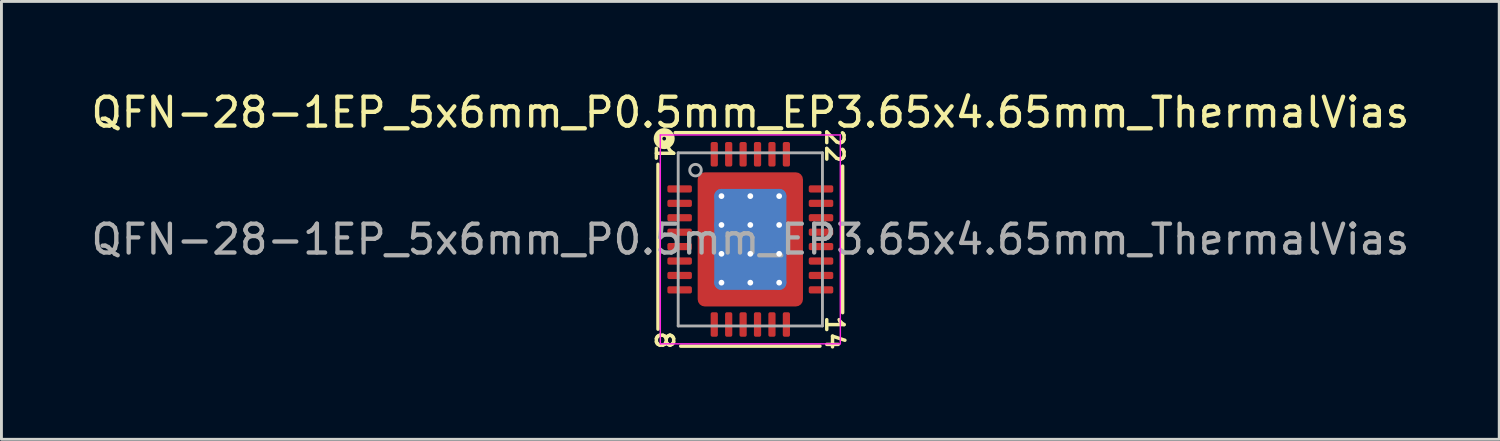
<source format=kicad_pcb>
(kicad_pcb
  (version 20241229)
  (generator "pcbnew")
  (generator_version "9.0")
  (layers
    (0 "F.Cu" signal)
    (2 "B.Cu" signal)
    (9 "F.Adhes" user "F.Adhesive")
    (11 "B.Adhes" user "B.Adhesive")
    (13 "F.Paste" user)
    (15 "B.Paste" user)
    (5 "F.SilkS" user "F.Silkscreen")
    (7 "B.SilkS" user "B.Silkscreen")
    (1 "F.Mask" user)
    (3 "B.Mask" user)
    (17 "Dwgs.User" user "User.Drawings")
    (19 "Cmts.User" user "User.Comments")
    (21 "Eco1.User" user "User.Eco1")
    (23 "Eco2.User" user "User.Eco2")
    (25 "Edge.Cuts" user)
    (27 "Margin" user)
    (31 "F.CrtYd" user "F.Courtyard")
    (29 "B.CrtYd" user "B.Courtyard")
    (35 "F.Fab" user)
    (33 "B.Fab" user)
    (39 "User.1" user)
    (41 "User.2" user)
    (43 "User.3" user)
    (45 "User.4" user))
  (footprint "QFN-28-1EP_5x6mm_P0.5mm_EP3.65x4.65mm_ThermalVias"
    (layer "F.Cu")
    (at 22.958 5.248)
    (property "Reference" "QFN-28-1EP_5x6mm_P0.5mm_EP3.65x4.65mm_ThermalVias" (at 0 -4.4 0) (layer "F.SilkS") (effects (font (size 1 1) (thickness 0.15))))
    (attr smd)
    (fp_line (start -3.2 -2.603) (end -3.2 3.111) (stroke (width 0.12) (type solid)) (layer "F.SilkS"))
    (fp_line (start -2.413 3.7) (end 2.413 3.7) (stroke (width 0.12) (type solid)) (layer "F.SilkS"))
    (fp_line (start 2.413 -3.7) (end -2.603 -3.7) (stroke (width 0.12) (type solid)) (layer "F.SilkS"))
    (fp_line (start 3.2 2.54) (end 3.2 -2.54) (stroke (width 0.12) (type solid)) (layer "F.SilkS"))
    (fp_circle (center -2.985 -3.493) (end -2.921 -3.493) (stroke (width 0.3) (type solid)) (fill no) (layer "F.SilkS"))
    (fp_line (start -3.12 -3.62) (end -3.12 3.62) (stroke (width 0.05) (type solid)) (layer "F.CrtYd"))
    (fp_line (start -3.12 3.62) (end 3.12 3.62) (stroke (width 0.05) (type solid)) (layer "F.CrtYd"))
    (fp_line (start 3.12 -3.62) (end -3.12 -3.62) (stroke (width 0.05) (type solid)) (layer "F.CrtYd"))
    (fp_line (start 3.12 3.62) (end 3.12 -3.62) (stroke (width 0.05) (type solid)) (layer "F.CrtYd"))
    (fp_line (start -2.5 -3) (end 2.5 -3) (stroke (width 0.1) (type solid)) (layer "F.Fab"))
    (fp_line (start -2.5 3) (end -2.5 -3) (stroke (width 0.1) (type solid)) (layer "F.Fab"))
    (fp_line (start 2.5 -3) (end 2.5 3) (stroke (width 0.1) (type solid)) (layer "F.Fab"))
    (fp_line (start 2.5 3) (end -2.5 3) (stroke (width 0.1) (type solid)) (layer "F.Fab"))
    (fp_circle (center -1.9 -2.4) (end -1.7 -2.4) (stroke (width 0.1) (type solid)) (fill no) (layer "F.Fab"))
    (fp_text user "8" (at -2.985 3.493 270) (unlocked yes) (layer "F.SilkS") (effects (font (size 0.6 0.6) (thickness 0.12))))
    (fp_text user "1" (at -2.985 -2.985 270) (unlocked yes) (layer "F.SilkS") (effects (font (size 0.6 0.6) (thickness 0.12))))
    (fp_text user "14" (at 2.921 3.239 270) (unlocked yes) (layer "F.SilkS") (effects (font (size 0.6 0.6) (thickness 0.12))))
    (fp_text user "22" (at 2.921 -3.239 270) (unlocked yes) (layer "F.SilkS") (effects (font (size 0.6 0.6) (thickness 0.12))))
    (fp_text user "${REFERENCE}" (at 0 0 0) (layer "F.Fab") (effects (font (size 1 1) (thickness 0.15))))
    (pad "" smd custom (at -1.413 -1.913) (size 0.578 0.578) (layers "F.Paste") (options (anchor circle)) (primitives (gr_poly (pts (xy 0.246 0.174) (xy 0.174 0.246) (xy -0.246 0.246) (xy -0.246 -0.246) (xy 0.246 -0.246)) (width 0.174) (fill yes))))
    (pad "" smd custom (at -1.413 -1) (size 0.59 0.59) (layers "F.Paste") (options (anchor circle)) (primitives (gr_poly (pts (xy 0.258 -0.266) (xy 0.258 0.266) (xy 0.195 0.328) (xy -0.258 0.328) (xy -0.258 -0.328) (xy 0.195 -0.328)) (width 0.15) (fill yes))))
    (pad "" smd custom (at -1.413 0) (size 0.59 0.59) (layers "F.Paste") (options (anchor circle)) (primitives (gr_poly (pts (xy 0.258 -0.266) (xy 0.258 0.266) (xy 0.195 0.328) (xy -0.258 0.328) (xy -0.258 -0.328) (xy 0.195 -0.328)) (width 0.15) (fill yes))))
    (pad "" smd custom (at -1.413 1) (size 0.59 0.59) (layers "F.Paste") (options (anchor circle)) (primitives (gr_poly (pts (xy 0.258 -0.266) (xy 0.258 0.266) (xy 0.195 0.328) (xy -0.258 0.328) (xy -0.258 -0.328) (xy 0.195 -0.328)) (width 0.15) (fill yes))))
    (pad "" smd custom (at -1.413 1.913) (size 0.578 0.578) (layers "F.Paste") (options (anchor circle)) (primitives (gr_poly (pts (xy 0.246 -0.174) (xy 0.246 0.246) (xy -0.246 0.246) (xy -0.246 -0.246) (xy 0.174 -0.246)) (width 0.174) (fill yes))))
    (pad "" smd custom (at -0.5 -1.913) (size 0.59 0.59) (layers "F.Paste") (options (anchor circle)) (primitives (gr_poly (pts (xy 0.328 0.195) (xy 0.266 0.258) (xy -0.266 0.258) (xy -0.328 0.195) (xy -0.328 -0.258) (xy 0.328 -0.258)) (width 0.15) (fill yes))))
    (pad "" smd roundrect (at -0.5 -1) (size 0.806 0.806) (layers "F.Paste") (roundrect_rratio 0.25))
    (pad "" smd roundrect (at -0.5 0) (size 0.806 0.806) (layers "F.Paste") (roundrect_rratio 0.25))
    (pad "" smd roundrect (at -0.5 1) (size 0.806 0.806) (layers "F.Paste") (roundrect_rratio 0.25))
    (pad "" smd custom (at -0.5 1.913) (size 0.59 0.59) (layers "F.Paste") (options (anchor circle)) (primitives (gr_poly (pts (xy 0.328 -0.195) (xy 0.328 0.258) (xy -0.328 0.258) (xy -0.328 -0.195) (xy -0.266 -0.258) (xy 0.266 -0.258)) (width 0.15) (fill yes))))
    (pad "" smd custom (at 0.5 -1.913) (size 0.59 0.59) (layers "F.Paste") (options (anchor circle)) (primitives (gr_poly (pts (xy 0.328 0.195) (xy 0.266 0.258) (xy -0.266 0.258) (xy -0.328 0.195) (xy -0.328 -0.258) (xy 0.328 -0.258)) (width 0.15) (fill yes))))
    (pad "" smd roundrect (at 0.5 -1) (size 0.806 0.806) (layers "F.Paste") (roundrect_rratio 0.25))
    (pad "" smd roundrect (at 0.5 0) (size 0.806 0.806) (layers "F.Paste") (roundrect_rratio 0.25))
    (pad "" smd roundrect (at 0.5 1) (size 0.806 0.806) (layers "F.Paste") (roundrect_rratio 0.25))
    (pad "" smd custom (at 0.5 1.913) (size 0.59 0.59) (layers "F.Paste") (options (anchor circle)) (primitives (gr_poly (pts (xy 0.328 -0.195) (xy 0.328 0.258) (xy -0.328 0.258) (xy -0.328 -0.195) (xy -0.266 -0.258) (xy 0.266 -0.258)) (width 0.15) (fill yes))))
    (pad "" smd custom (at 1.413 -1.913) (size 0.578 0.578) (layers "F.Paste") (options (anchor circle)) (primitives (gr_poly (pts (xy 0.246 0.246) (xy -0.174 0.246) (xy -0.246 0.174) (xy -0.246 -0.246) (xy 0.246 -0.246)) (width 0.174) (fill yes))))
    (pad "" smd custom (at 1.413 -1) (size 0.59 0.59) (layers "F.Paste") (options (anchor circle)) (primitives (gr_poly (pts (xy 0.258 0.328) (xy -0.195 0.328) (xy -0.258 0.266) (xy -0.258 -0.266) (xy -0.195 -0.328) (xy 0.258 -0.328)) (width 0.15) (fill yes))))
    (pad "" smd custom (at 1.413 0) (size 0.59 0.59) (layers "F.Paste") (options (anchor circle)) (primitives (gr_poly (pts (xy 0.258 0.328) (xy -0.195 0.328) (xy -0.258 0.266) (xy -0.258 -0.266) (xy -0.195 -0.328) (xy 0.258 -0.328)) (width 0.15) (fill yes))))
    (pad "" smd custom (at 1.413 1) (size 0.59 0.59) (layers "F.Paste") (options (anchor circle)) (primitives (gr_poly (pts (xy 0.258 0.328) (xy -0.195 0.328) (xy -0.258 0.266) (xy -0.258 -0.266) (xy -0.195 -0.328) (xy 0.258 -0.328)) (width 0.15) (fill yes))))
    (pad "" smd custom (at 1.413 1.913) (size 0.578 0.578) (layers "F.Paste") (options (anchor circle)) (primitives (gr_poly (pts (xy 0.246 0.246) (xy -0.246 0.246) (xy -0.246 -0.174) (xy -0.174 -0.246) (xy 0.246 -0.246)) (width 0.174) (fill yes))))
    (pad "1" smd roundrect (at -2.45 -1.75) (size 0.85 0.25) (layers "F.Cu" "F.Mask" "F.Paste") (roundrect_rratio 0.25))
    (pad "2" smd roundrect (at -2.45 -1.25) (size 0.85 0.25) (layers "F.Cu" "F.Mask" "F.Paste") (roundrect_rratio 0.25))
    (pad "3" smd roundrect (at -2.45 -0.75) (size 0.85 0.25) (layers "F.Cu" "F.Mask" "F.Paste") (roundrect_rratio 0.25))
    (pad "4" smd roundrect (at -2.45 -0.25) (size 0.85 0.25) (layers "F.Cu" "F.Mask" "F.Paste") (roundrect_rratio 0.25))
    (pad "5" smd roundrect (at -2.45 0.25) (size 0.85 0.25) (layers "F.Cu" "F.Mask" "F.Paste") (roundrect_rratio 0.25))
    (pad "6" smd roundrect (at -2.45 0.75) (size 0.85 0.25) (layers "F.Cu" "F.Mask" "F.Paste") (roundrect_rratio 0.25))
    (pad "7" smd roundrect (at -2.45 1.25) (size 0.85 0.25) (layers "F.Cu" "F.Mask" "F.Paste") (roundrect_rratio 0.25))
    (pad "8" smd roundrect (at -2.45 1.75) (size 0.85 0.25) (layers "F.Cu" "F.Mask" "F.Paste") (roundrect_rratio 0.25))
    (pad "9" smd roundrect (at -1.25 2.95) (size 0.25 0.85) (layers "F.Cu" "F.Mask" "F.Paste") (roundrect_rratio 0.25))
    (pad "10" smd roundrect (at -0.75 2.95) (size 0.25 0.85) (layers "F.Cu" "F.Mask" "F.Paste") (roundrect_rratio 0.25))
    (pad "11" smd roundrect (at -0.25 2.95) (size 0.25 0.85) (layers "F.Cu" "F.Mask" "F.Paste") (roundrect_rratio 0.25))
    (pad "12" smd roundrect (at 0.25 2.95) (size 0.25 0.85) (layers "F.Cu" "F.Mask" "F.Paste") (roundrect_rratio 0.25))
    (pad "13" smd roundrect (at 0.75 2.95) (size 0.25 0.85) (layers "F.Cu" "F.Mask" "F.Paste") (roundrect_rratio 0.25))
    (pad "14" smd roundrect (at 1.25 2.95) (size 0.25 0.85) (layers "F.Cu" "F.Mask" "F.Paste") (roundrect_rratio 0.25))
    (pad "15" smd roundrect (at 2.45 1.75) (size 0.85 0.25) (layers "F.Cu" "F.Mask" "F.Paste") (roundrect_rratio 0.25))
    (pad "16" smd roundrect (at 2.45 1.25) (size 0.85 0.25) (layers "F.Cu" "F.Mask" "F.Paste") (roundrect_rratio 0.25))
    (pad "17" smd roundrect (at 2.45 0.75) (size 0.85 0.25) (layers "F.Cu" "F.Mask" "F.Paste") (roundrect_rratio 0.25))
    (pad "18" smd roundrect (at 2.45 0.25) (size 0.85 0.25) (layers "F.Cu" "F.Mask" "F.Paste") (roundrect_rratio 0.25))
    (pad "19" smd roundrect (at 2.45 -0.25) (size 0.85 0.25) (layers "F.Cu" "F.Mask" "F.Paste") (roundrect_rratio 0.25))
    (pad "20" smd roundrect (at 2.45 -0.75) (size 0.85 0.25) (layers "F.Cu" "F.Mask" "F.Paste") (roundrect_rratio 0.25))
    (pad "21" smd roundrect (at 2.45 -1.25) (size 0.85 0.25) (layers "F.Cu" "F.Mask" "F.Paste") (roundrect_rratio 0.25))
    (pad "22" smd roundrect (at 2.45 -1.75) (size 0.85 0.25) (layers "F.Cu" "F.Mask" "F.Paste") (roundrect_rratio 0.25))
    (pad "23" smd roundrect (at 1.25 -2.95) (size 0.25 0.85) (layers "F.Cu" "F.Mask" "F.Paste") (roundrect_rratio 0.25))
    (pad "24" smd roundrect (at 0.75 -2.95) (size 0.25 0.85) (layers "F.Cu" "F.Mask" "F.Paste") (roundrect_rratio 0.25))
    (pad "25" smd roundrect (at 0.25 -2.95) (size 0.25 0.85) (layers "F.Cu" "F.Mask" "F.Paste") (roundrect_rratio 0.25))
    (pad "26" smd roundrect (at -0.25 -2.95) (size 0.25 0.85) (layers "F.Cu" "F.Mask" "F.Paste") (roundrect_rratio 0.25))
    (pad "27" smd roundrect (at -0.75 -2.95) (size 0.25 0.85) (layers "F.Cu" "F.Mask" "F.Paste") (roundrect_rratio 0.25))
    (pad "28" smd roundrect (at -1.25 -2.95) (size 0.25 0.85) (layers "F.Cu" "F.Mask" "F.Paste") (roundrect_rratio 0.25))
    (pad "29" thru_hole circle (at -1 -1.5) (size 0.5 0.5) (drill 0.2) (property pad_prop_heatsink) (layers "*.Cu"))
    (pad "29" thru_hole circle (at -1 -0.5) (size 0.5 0.5) (drill 0.2) (property pad_prop_heatsink) (layers "*.Cu"))
    (pad "29" thru_hole circle (at -1 0.5) (size 0.5 0.5) (drill 0.2) (property pad_prop_heatsink) (layers "*.Cu"))
    (pad "29" thru_hole circle (at -1 1.5) (size 0.5 0.5) (drill 0.2) (property pad_prop_heatsink) (layers "*.Cu"))
    (pad "29" thru_hole circle (at 0 -1.5) (size 0.5 0.5) (drill 0.2) (property pad_prop_heatsink) (layers "*.Cu"))
    (pad "29" thru_hole circle (at 0 -0.5) (size 0.5 0.5) (drill 0.2) (property pad_prop_heatsink) (layers "*.Cu"))
    (pad "29" smd roundrect (at 0 0) (size 2.5 3.5) (layers "B.Cu" "B.Mask") (roundrect_rratio 0.1))
    (pad "29" smd roundrect (at 0 0) (size 3.65 4.65) (layers "F.Cu" "F.Mask") (roundrect_rratio 0.068))
    (pad "29" thru_hole circle (at 0 0.5) (size 0.5 0.5) (drill 0.2) (property pad_prop_heatsink) (layers "*.Cu"))
    (pad "29" thru_hole circle (at 0 1.5) (size 0.5 0.5) (drill 0.2) (property pad_prop_heatsink) (layers "*.Cu"))
    (pad "29" thru_hole circle (at 1 -1.5) (size 0.5 0.5) (drill 0.2) (property pad_prop_heatsink) (layers "*.Cu"))
    (pad "29" thru_hole circle (at 1 -0.5) (size 0.5 0.5) (drill 0.2) (property pad_prop_heatsink) (layers "*.Cu"))
    (pad "29" thru_hole circle (at 1 0.5) (size 0.5 0.5) (drill 0.2) (property pad_prop_heatsink) (layers "*.Cu"))
    (pad "29" thru_hole circle (at 1 1.5) (size 0.5 0.5) (drill 0.2) (property pad_prop_heatsink) (layers "*.Cu")))
  (gr_rect
    (start -3 -3)
    (end 48.917 12.178)
    (stroke (width 0.1) (type default))
    (fill no)
    (layer "Edge.Cuts")))
</source>
